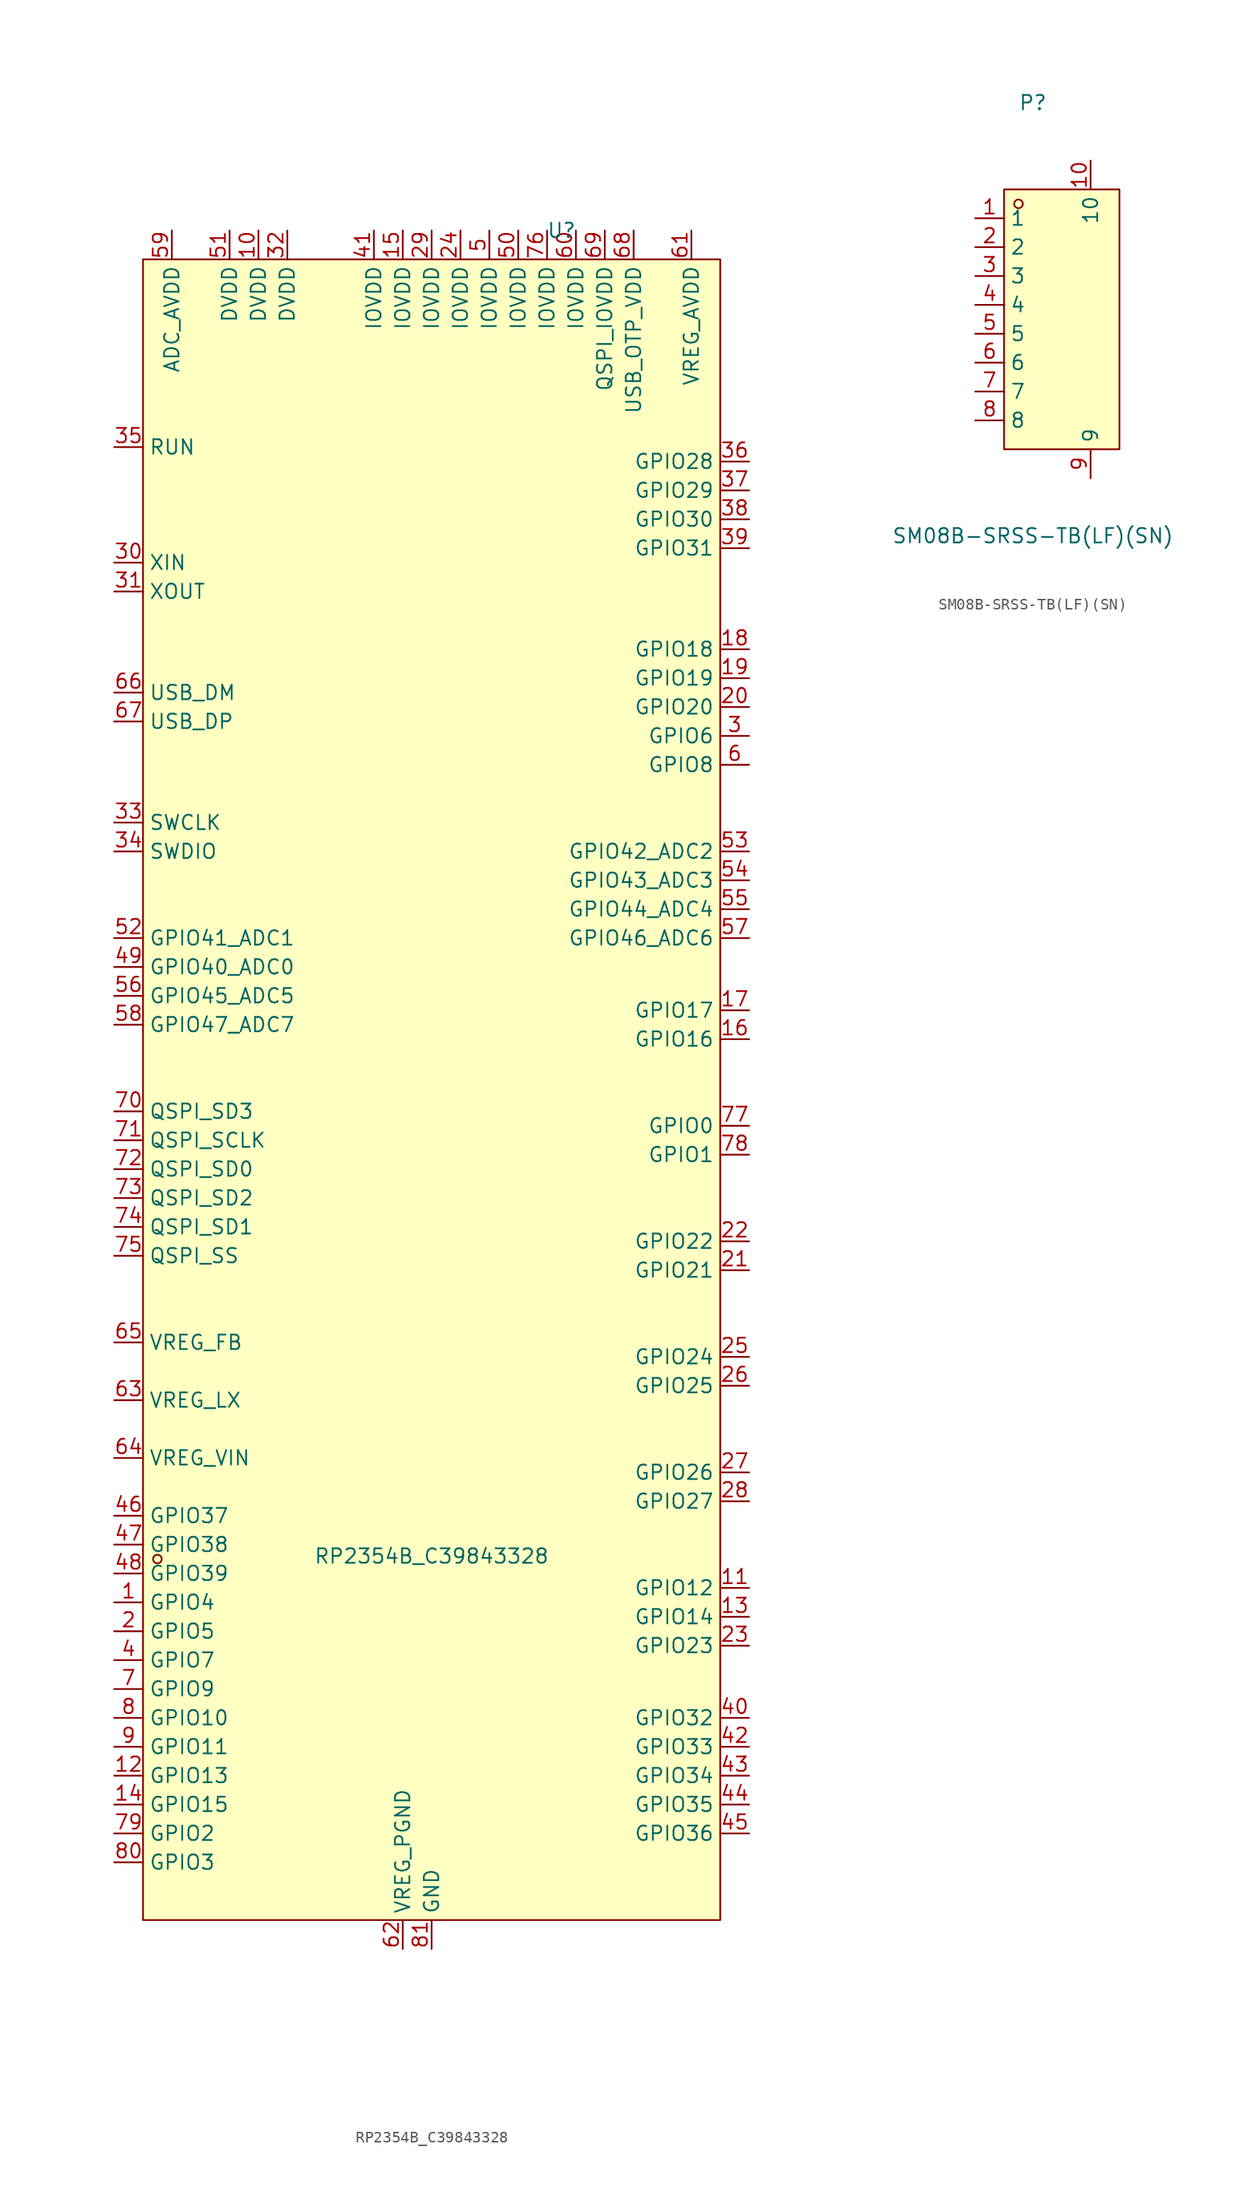
<source format=kicad_sym>
(kicad_symbol_lib
  (version 20241209)
  (generator "kicad_symbol_editor")
  (generator_version "9.0")
  (symbol "RP2354B_C39843328"
    (property "Reference" "U"
      (at 11.43 55.88 0)
      (effects (font (size 1.27 1.27))))
    (property "Value" "RP2354B_C39843328"
      (at 0 -60.706 0)
      (effects (font (size 1.27 1.27))))
    (symbol "RP2354B_C39843328_0_1"
      (rectangle (start -25.4 53.34) (end 25.4 -92.71) (stroke (width 0) (type default)) (fill (type background)))
      (circle (center -24.13 -60.96) (radius 0.38) (stroke (width 0) (type default)) (fill (type none)))
      (pin unspecified line (at -27.94 36.83 0) (length 2.54) (name "RUN" (effects (font (size 1.27 1.27)))) (number "35" (effects (font (size 1.27 1.27)))))
      (pin unspecified line (at -27.94 26.67 0) (length 2.54) (name "XIN" (effects (font (size 1.27 1.27)))) (number "30" (effects (font (size 1.27 1.27)))))
      (pin unspecified line (at -27.94 24.13 0) (length 2.54) (name "XOUT" (effects (font (size 1.27 1.27)))) (number "31" (effects (font (size 1.27 1.27)))))
      (pin unspecified line (at -27.94 15.24 0) (length 2.54) (name "USB_DM" (effects (font (size 1.27 1.27)))) (number "66" (effects (font (size 1.27 1.27)))))
      (pin unspecified line (at -27.94 12.7 0) (length 2.54) (name "USB_DP" (effects (font (size 1.27 1.27)))) (number "67" (effects (font (size 1.27 1.27)))))
      (pin unspecified line (at -27.94 3.81 0) (length 2.54) (name "SWCLK" (effects (font (size 1.27 1.27)))) (number "33" (effects (font (size 1.27 1.27)))))
      (pin unspecified line (at -27.94 1.27 0) (length 2.54) (name "SWDIO" (effects (font (size 1.27 1.27)))) (number "34" (effects (font (size 1.27 1.27)))))
      (pin unspecified line (at -27.94 -6.35 0) (length 2.54) (name "GPIO41_ADC1" (effects (font (size 1.27 1.27)))) (number "52" (effects (font (size 1.27 1.27)))))
      (pin unspecified line (at -27.94 -8.89 0) (length 2.54) (name "GPIO40_ADC0" (effects (font (size 1.27 1.27)))) (number "49" (effects (font (size 1.27 1.27)))))
      (pin unspecified line (at -27.94 -11.43 0) (length 2.54) (name "GPIO45_ADC5" (effects (font (size 1.27 1.27)))) (number "56" (effects (font (size 1.27 1.27)))))
      (pin unspecified line (at -27.94 -13.97 0) (length 2.54) (name "GPIO47_ADC7" (effects (font (size 1.27 1.27)))) (number "58" (effects (font (size 1.27 1.27)))))
      (pin unspecified line (at -27.94 -21.59 0) (length 2.54) (name "QSPI_SD3" (effects (font (size 1.27 1.27)))) (number "70" (effects (font (size 1.27 1.27)))))
      (pin unspecified line (at -27.94 -24.13 0) (length 2.54) (name "QSPI_SCLK" (effects (font (size 1.27 1.27)))) (number "71" (effects (font (size 1.27 1.27)))))
      (pin unspecified line (at -27.94 -26.67 0) (length 2.54) (name "QSPI_SD0" (effects (font (size 1.27 1.27)))) (number "72" (effects (font (size 1.27 1.27)))))
      (pin unspecified line (at -27.94 -29.21 0) (length 2.54) (name "QSPI_SD2" (effects (font (size 1.27 1.27)))) (number "73" (effects (font (size 1.27 1.27)))))
      (pin unspecified line (at -27.94 -31.75 0) (length 2.54) (name "QSPI_SD1" (effects (font (size 1.27 1.27)))) (number "74" (effects (font (size 1.27 1.27)))))
      (pin unspecified line (at -27.94 -34.29 0) (length 2.54) (name "QSPI_SS" (effects (font (size 1.27 1.27)))) (number "75" (effects (font (size 1.27 1.27)))))
      (pin unspecified line (at -27.94 -41.91 0) (length 2.54) (name "VREG_FB" (effects (font (size 1.27 1.27)))) (number "65" (effects (font (size 1.27 1.27)))))
      (pin unspecified line (at -27.94 -46.99 0) (length 2.54) (name "VREG_LX" (effects (font (size 1.27 1.27)))) (number "63" (effects (font (size 1.27 1.27)))))
      (pin unspecified line (at -27.94 -52.07 0) (length 2.54) (name "VREG_VIN" (effects (font (size 1.27 1.27)))) (number "64" (effects (font (size 1.27 1.27)))))
      (pin unspecified line (at -27.94 -57.15 0) (length 2.54) (name "GPIO37" (effects (font (size 1.27 1.27)))) (number "46" (effects (font (size 1.27 1.27)))))
      (pin unspecified line (at -27.94 -59.69 0) (length 2.54) (name "GPIO38" (effects (font (size 1.27 1.27)))) (number "47" (effects (font (size 1.27 1.27)))))
      (pin unspecified line (at -27.94 -62.23 0) (length 2.54) (name "GPIO39" (effects (font (size 1.27 1.27)))) (number "48" (effects (font (size 1.27 1.27)))))
      (pin unspecified line (at -27.94 -64.77 0) (length 2.54) (name "GPIO4" (effects (font (size 1.27 1.27)))) (number "1" (effects (font (size 1.27 1.27)))))
      (pin unspecified line (at -27.94 -67.31 0) (length 2.54) (name "GPIO5" (effects (font (size 1.27 1.27)))) (number "2" (effects (font (size 1.27 1.27)))))
      (pin unspecified line (at -27.94 -69.85 0) (length 2.54) (name "GPIO7" (effects (font (size 1.27 1.27)))) (number "4" (effects (font (size 1.27 1.27)))))
      (pin unspecified line (at -27.94 -72.39 0) (length 2.54) (name "GPIO9" (effects (font (size 1.27 1.27)))) (number "7" (effects (font (size 1.27 1.27)))))
      (pin unspecified line (at -27.94 -74.93 0) (length 2.54) (name "GPIO10" (effects (font (size 1.27 1.27)))) (number "8" (effects (font (size 1.27 1.27)))))
      (pin unspecified line (at -27.94 -77.47 0) (length 2.54) (name "GPIO11" (effects (font (size 1.27 1.27)))) (number "9" (effects (font (size 1.27 1.27)))))
      (pin unspecified line (at -27.94 -80.01 0) (length 2.54) (name "GPIO13" (effects (font (size 1.27 1.27)))) (number "12" (effects (font (size 1.27 1.27)))))
      (pin unspecified line (at -27.94 -82.55 0) (length 2.54) (name "GPIO15" (effects (font (size 1.27 1.27)))) (number "14" (effects (font (size 1.27 1.27)))))
      (pin unspecified line (at -27.94 -85.09 0) (length 2.54) (name "GPIO2" (effects (font (size 1.27 1.27)))) (number "79" (effects (font (size 1.27 1.27)))))
      (pin unspecified line (at -27.94 -87.63 0) (length 2.54) (name "GPIO3" (effects (font (size 1.27 1.27)))) (number "80" (effects (font (size 1.27 1.27)))))
      (pin unspecified line (at -22.86 55.88 270) (length 2.54) (name "ADC_AVDD" (effects (font (size 1.27 1.27)))) (number "59" (effects (font (size 1.27 1.27)))))
      (pin unspecified line (at -17.78 55.88 270) (length 2.54) (name "DVDD" (effects (font (size 1.27 1.27)))) (number "51" (effects (font (size 1.27 1.27)))))
      (pin unspecified line (at -15.24 55.88 270) (length 2.54) (name "DVDD" (effects (font (size 1.27 1.27)))) (number "10" (effects (font (size 1.27 1.27)))))
      (pin unspecified line (at -12.7 55.88 270) (length 2.54) (name "DVDD" (effects (font (size 1.27 1.27)))) (number "32" (effects (font (size 1.27 1.27)))))
      (pin unspecified line (at -5.08 55.88 270) (length 2.54) (name "IOVDD" (effects (font (size 1.27 1.27)))) (number "41" (effects (font (size 1.27 1.27)))))
      (pin unspecified line (at -2.54 55.88 270) (length 2.54) (name "IOVDD" (effects (font (size 1.27 1.27)))) (number "15" (effects (font (size 1.27 1.27)))))
      (pin unspecified line (at -2.54 -95.25 90) (length 2.54) (name "VREG_PGND" (effects (font (size 1.27 1.27)))) (number "62" (effects (font (size 1.27 1.27)))))
      (pin unspecified line (at 0 55.88 270) (length 2.54) (name "IOVDD" (effects (font (size 1.27 1.27)))) (number "29" (effects (font (size 1.27 1.27)))))
      (pin unspecified line (at 0 -95.25 90) (length 2.54) (name "GND" (effects (font (size 1.27 1.27)))) (number "81" (effects (font (size 1.27 1.27)))))
      (pin unspecified line (at 2.54 55.88 270) (length 2.54) (name "IOVDD" (effects (font (size 1.27 1.27)))) (number "24" (effects (font (size 1.27 1.27)))))
      (pin unspecified line (at 5.08 55.88 270) (length 2.54) (name "IOVDD" (effects (font (size 1.27 1.27)))) (number "5" (effects (font (size 1.27 1.27)))))
      (pin unspecified line (at 7.62 55.88 270) (length 2.54) (name "IOVDD" (effects (font (size 1.27 1.27)))) (number "50" (effects (font (size 1.27 1.27)))))
      (pin unspecified line (at 10.16 55.88 270) (length 2.54) (name "IOVDD" (effects (font (size 1.27 1.27)))) (number "76" (effects (font (size 1.27 1.27)))))
      (pin unspecified line (at 12.7 55.88 270) (length 2.54) (name "IOVDD" (effects (font (size 1.27 1.27)))) (number "60" (effects (font (size 1.27 1.27)))))
      (pin unspecified line (at 15.24 55.88 270) (length 2.54) (name "QSPI_IOVDD" (effects (font (size 1.27 1.27)))) (number "69" (effects (font (size 1.27 1.27)))))
      (pin unspecified line (at 17.78 55.88 270) (length 2.54) (name "USB_OTP_VDD" (effects (font (size 1.27 1.27)))) (number "68" (effects (font (size 1.27 1.27)))))
      (pin unspecified line (at 22.86 55.88 270) (length 2.54) (name "VREG_AVDD" (effects (font (size 1.27 1.27)))) (number "61" (effects (font (size 1.27 1.27)))))
      (pin unspecified line (at 27.94 35.56 180) (length 2.54) (name "GPIO28" (effects (font (size 1.27 1.27)))) (number "36" (effects (font (size 1.27 1.27)))))
      (pin unspecified line (at 27.94 33.02 180) (length 2.54) (name "GPIO29" (effects (font (size 1.27 1.27)))) (number "37" (effects (font (size 1.27 1.27)))))
      (pin unspecified line (at 27.94 30.48 180) (length 2.54) (name "GPIO30" (effects (font (size 1.27 1.27)))) (number "38" (effects (font (size 1.27 1.27)))))
      (pin unspecified line (at 27.94 27.94 180) (length 2.54) (name "GPIO31" (effects (font (size 1.27 1.27)))) (number "39" (effects (font (size 1.27 1.27)))))
      (pin unspecified line (at 27.94 19.05 180) (length 2.54) (name "GPIO18" (effects (font (size 1.27 1.27)))) (number "18" (effects (font (size 1.27 1.27)))))
      (pin unspecified line (at 27.94 16.51 180) (length 2.54) (name "GPIO19" (effects (font (size 1.27 1.27)))) (number "19" (effects (font (size 1.27 1.27)))))
      (pin unspecified line (at 27.94 13.97 180) (length 2.54) (name "GPIO20" (effects (font (size 1.27 1.27)))) (number "20" (effects (font (size 1.27 1.27)))))
      (pin unspecified line (at 27.94 11.43 180) (length 2.54) (name "GPIO6" (effects (font (size 1.27 1.27)))) (number "3" (effects (font (size 1.27 1.27)))))
      (pin unspecified line (at 27.94 8.89 180) (length 2.54) (name "GPIO8" (effects (font (size 1.27 1.27)))) (number "6" (effects (font (size 1.27 1.27)))))
      (pin unspecified line (at 27.94 1.27 180) (length 2.54) (name "GPIO42_ADC2" (effects (font (size 1.27 1.27)))) (number "53" (effects (font (size 1.27 1.27)))))
      (pin unspecified line (at 27.94 -1.27 180) (length 2.54) (name "GPIO43_ADC3" (effects (font (size 1.27 1.27)))) (number "54" (effects (font (size 1.27 1.27)))))
      (pin unspecified line (at 27.94 -3.81 180) (length 2.54) (name "GPIO44_ADC4" (effects (font (size 1.27 1.27)))) (number "55" (effects (font (size 1.27 1.27)))))
      (pin unspecified line (at 27.94 -6.35 180) (length 2.54) (name "GPIO46_ADC6" (effects (font (size 1.27 1.27)))) (number "57" (effects (font (size 1.27 1.27)))))
      (pin unspecified line (at 27.94 -12.7 180) (length 2.54) (name "GPIO17" (effects (font (size 1.27 1.27)))) (number "17" (effects (font (size 1.27 1.27)))))
      (pin unspecified line (at 27.94 -15.24 180) (length 2.54) (name "GPIO16" (effects (font (size 1.27 1.27)))) (number "16" (effects (font (size 1.27 1.27)))))
      (pin unspecified line (at 27.94 -22.86 180) (length 2.54) (name "GPIO0" (effects (font (size 1.27 1.27)))) (number "77" (effects (font (size 1.27 1.27)))))
      (pin unspecified line (at 27.94 -25.4 180) (length 2.54) (name "GPIO1" (effects (font (size 1.27 1.27)))) (number "78" (effects (font (size 1.27 1.27)))))
      (pin unspecified line (at 27.94 -33.02 180) (length 2.54) (name "GPIO22" (effects (font (size 1.27 1.27)))) (number "22" (effects (font (size 1.27 1.27)))))
      (pin unspecified line (at 27.94 -35.56 180) (length 2.54) (name "GPIO21" (effects (font (size 1.27 1.27)))) (number "21" (effects (font (size 1.27 1.27)))))
      (pin unspecified line (at 27.94 -43.18 180) (length 2.54) (name "GPIO24" (effects (font (size 1.27 1.27)))) (number "25" (effects (font (size 1.27 1.27)))))
      (pin unspecified line (at 27.94 -45.72 180) (length 2.54) (name "GPIO25" (effects (font (size 1.27 1.27)))) (number "26" (effects (font (size 1.27 1.27)))))
      (pin unspecified line (at 27.94 -53.34 180) (length 2.54) (name "GPIO26" (effects (font (size 1.27 1.27)))) (number "27" (effects (font (size 1.27 1.27)))))
      (pin unspecified line (at 27.94 -55.88 180) (length 2.54) (name "GPIO27" (effects (font (size 1.27 1.27)))) (number "28" (effects (font (size 1.27 1.27)))))
      (pin unspecified line (at 27.94 -63.5 180) (length 2.54) (name "GPIO12" (effects (font (size 1.27 1.27)))) (number "11" (effects (font (size 1.27 1.27)))))
      (pin unspecified line (at 27.94 -66.04 180) (length 2.54) (name "GPIO14" (effects (font (size 1.27 1.27)))) (number "13" (effects (font (size 1.27 1.27)))))
      (pin unspecified line (at 27.94 -68.58 180) (length 2.54) (name "GPIO23" (effects (font (size 1.27 1.27)))) (number "23" (effects (font (size 1.27 1.27)))))
      (pin unspecified line (at 27.94 -74.93 180) (length 2.54) (name "GPIO32" (effects (font (size 1.27 1.27)))) (number "40" (effects (font (size 1.27 1.27)))))
      (pin unspecified line (at 27.94 -77.47 180) (length 2.54) (name "GPIO33" (effects (font (size 1.27 1.27)))) (number "42" (effects (font (size 1.27 1.27)))))
      (pin unspecified line (at 27.94 -80.01 180) (length 2.54) (name "GPIO34" (effects (font (size 1.27 1.27)))) (number "43" (effects (font (size 1.27 1.27)))))
      (pin unspecified line (at 27.94 -82.55 180) (length 2.54) (name "GPIO35" (effects (font (size 1.27 1.27)))) (number "44" (effects (font (size 1.27 1.27)))))
      (pin unspecified line (at 27.94 -85.09 180) (length 2.54) (name "GPIO36" (effects (font (size 1.27 1.27)))) (number "45" (effects (font (size 1.27 1.27)))))))
  (symbol "SM08B-SRSS-TB(LF)(SN)"
    (property "Reference" "P"
      (at 0 17.78 0)
      (effects (font (size 1.27 1.27))))
    (property "Value" "SM08B-SRSS-TB(LF)(SN)"
      (at 0 -20.32 0)
      (effects (font (size 1.27 1.27))))
    (symbol "SM08B-SRSS-TB(LF)(SN)_0_1"
      (rectangle (start -2.54 10.16) (end 7.62 -12.7) (stroke (width 0) (type default)) (fill (type background)))
      (circle (center -1.27 8.89) (radius 0.38) (stroke (width 0) (type default)) (fill (type none)))
      (pin unspecified line (at -5.08 7.62 0) (length 2.54) (name "1" (effects (font (size 1.27 1.27)))) (number "1" (effects (font (size 1.27 1.27)))))
      (pin unspecified line (at -5.08 5.08 0) (length 2.54) (name "2" (effects (font (size 1.27 1.27)))) (number "2" (effects (font (size 1.27 1.27)))))
      (pin unspecified line (at -5.08 2.54 0) (length 2.54) (name "3" (effects (font (size 1.27 1.27)))) (number "3" (effects (font (size 1.27 1.27)))))
      (pin unspecified line (at -5.08 0 0) (length 2.54) (name "4" (effects (font (size 1.27 1.27)))) (number "4" (effects (font (size 1.27 1.27)))))
      (pin unspecified line (at -5.08 -2.54 0) (length 2.54) (name "5" (effects (font (size 1.27 1.27)))) (number "5" (effects (font (size 1.27 1.27)))))
      (pin unspecified line (at -5.08 -5.08 0) (length 2.54) (name "6" (effects (font (size 1.27 1.27)))) (number "6" (effects (font (size 1.27 1.27)))))
      (pin unspecified line (at -5.08 -7.62 0) (length 2.54) (name "7" (effects (font (size 1.27 1.27)))) (number "7" (effects (font (size 1.27 1.27)))))
      (pin unspecified line (at -5.08 -10.16 0) (length 2.54) (name "8" (effects (font (size 1.27 1.27)))) (number "8" (effects (font (size 1.27 1.27)))))
      (pin unspecified line (at 5.08 12.7 270) (length 2.54) (name "10" (effects (font (size 1.27 1.27)))) (number "10" (effects (font (size 1.27 1.27)))))
      (pin unspecified line (at 5.08 -15.24 90) (length 2.54) (name "9" (effects (font (size 1.27 1.27)))) (number "9" (effects (font (size 1.27 1.27))))))))
</source>
